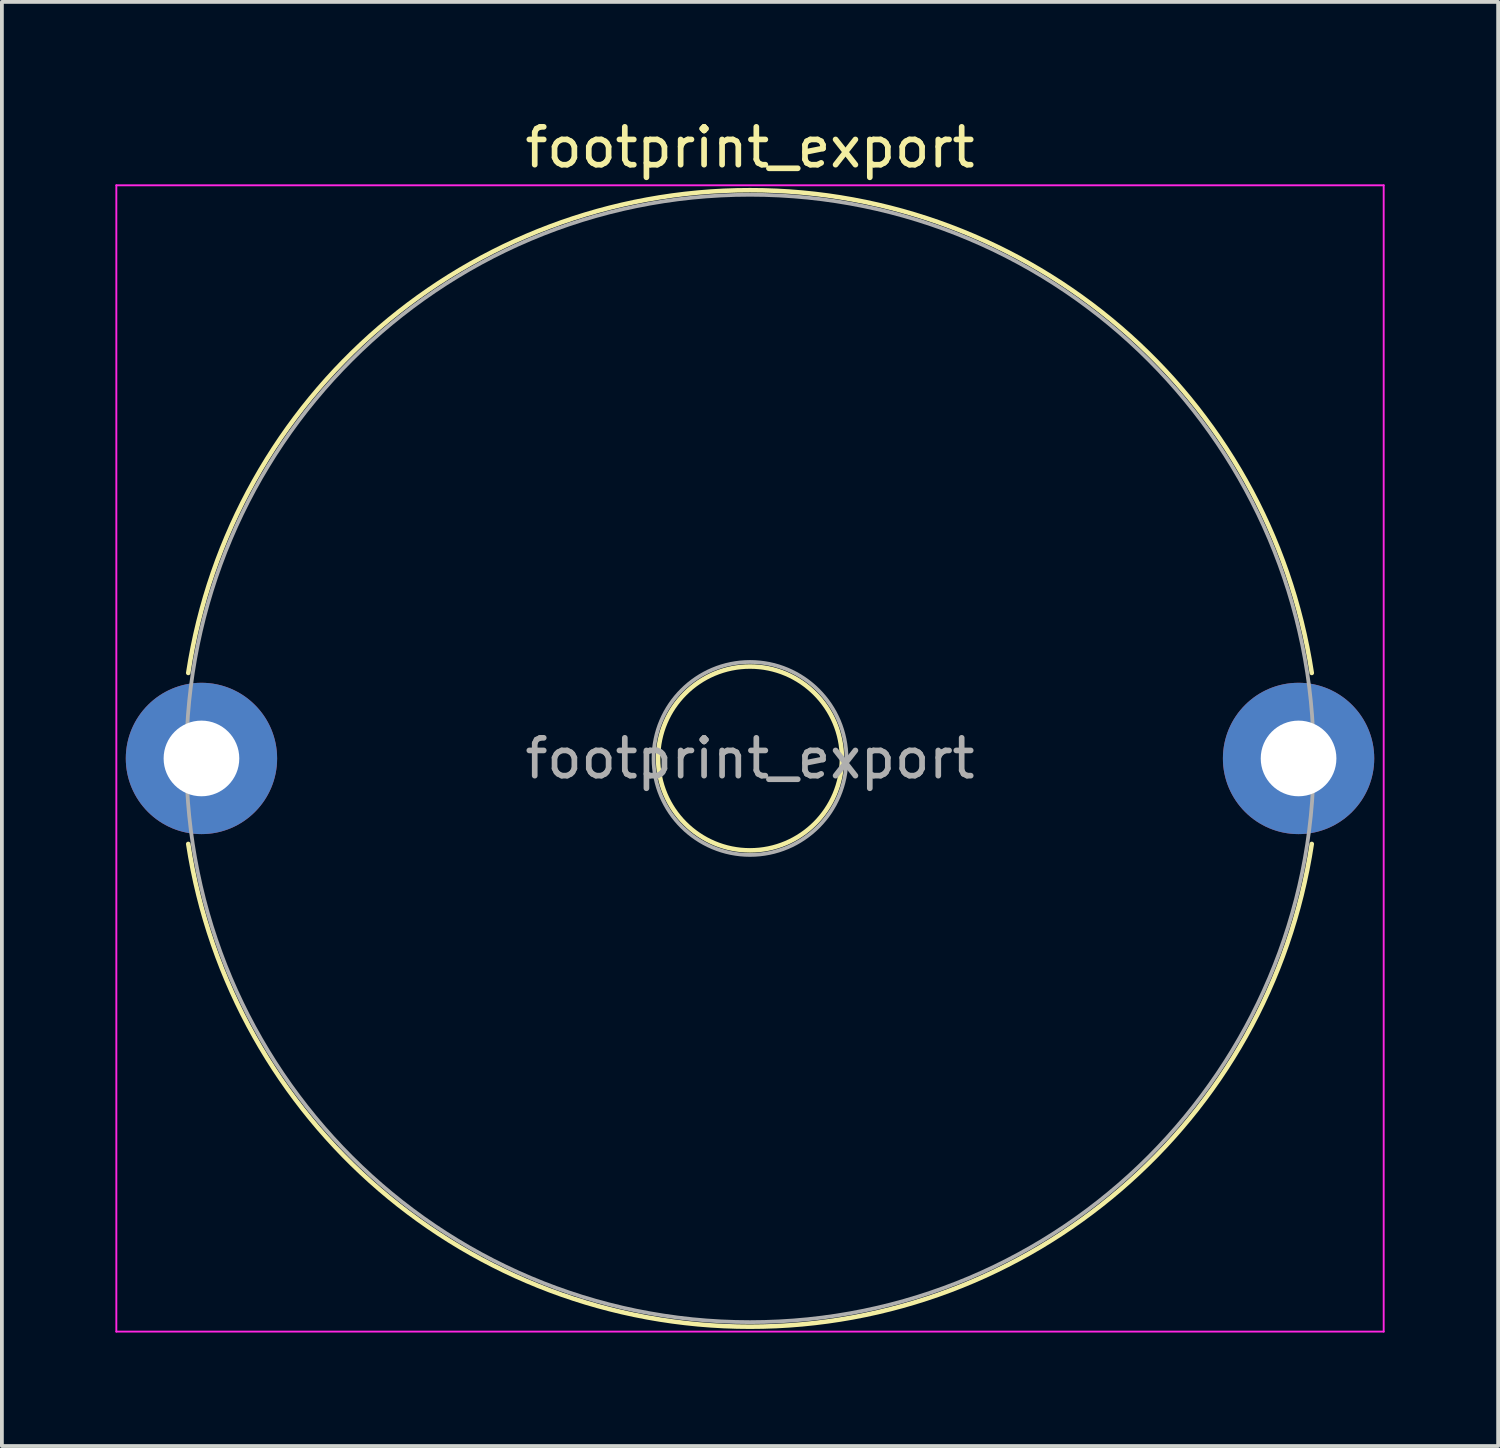
<source format=kicad_pcb>
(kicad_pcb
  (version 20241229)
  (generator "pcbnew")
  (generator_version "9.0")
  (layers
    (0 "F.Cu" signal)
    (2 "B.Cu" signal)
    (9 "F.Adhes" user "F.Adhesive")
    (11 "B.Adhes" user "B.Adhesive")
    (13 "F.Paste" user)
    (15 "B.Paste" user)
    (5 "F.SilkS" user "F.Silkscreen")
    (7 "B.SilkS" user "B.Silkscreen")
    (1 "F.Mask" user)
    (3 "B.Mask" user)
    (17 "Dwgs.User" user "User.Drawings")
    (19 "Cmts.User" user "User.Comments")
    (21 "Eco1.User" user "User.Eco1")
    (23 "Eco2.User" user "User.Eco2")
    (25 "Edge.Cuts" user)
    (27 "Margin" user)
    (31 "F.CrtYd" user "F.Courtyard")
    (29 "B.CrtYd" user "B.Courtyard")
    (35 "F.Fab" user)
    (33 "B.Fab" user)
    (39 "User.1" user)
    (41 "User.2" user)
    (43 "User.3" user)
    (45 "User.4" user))
  (footprint "footprint_export"
    (layer "F.Cu")
    (at 2.275 16.998)
    (property "Reference" "footprint_export" (at 14.5 -16.15 0) (layer "F.SilkS") (effects (font (size 1 1) (thickness 0.15))))
    (attr through_hole)
    (fp_arc (start -0.349 -2.26) (mid 14.5 -15.02) (end 29.349 -2.26) (stroke (width 0.12) (type solid)) (layer "F.SilkS"))
    (fp_arc (start 29.349 2.26) (mid 14.5 15.02) (end -0.349 2.26) (stroke (width 0.12) (type solid)) (layer "F.SilkS"))
    (fp_circle (center 14.5 0) (end 16.93 0) (stroke (width 0.12) (type solid)) (fill no) (layer "F.SilkS"))
    (fp_line (start -2.25 -15.15) (end -2.25 15.15) (stroke (width 0.05) (type solid)) (layer "F.CrtYd"))
    (fp_line (start -2.25 15.15) (end 31.25 15.15) (stroke (width 0.05) (type solid)) (layer "F.CrtYd"))
    (fp_line (start 31.25 -15.15) (end -2.25 -15.15) (stroke (width 0.05) (type solid)) (layer "F.CrtYd"))
    (fp_line (start 31.25 15.15) (end 31.25 -15.15) (stroke (width 0.05) (type solid)) (layer "F.CrtYd"))
    (fp_circle (center 14.5 0) (end 17.05 0) (stroke (width 0.1) (type solid)) (fill no) (layer "F.Fab"))
    (fp_circle (center 14.5 0) (end 29.4 0) (stroke (width 0.1) (type solid)) (fill no) (layer "F.Fab"))
    (fp_text user "${REFERENCE}" (at 14.5 0 0) (layer "F.Fab") (effects (font (size 1 1) (thickness 0.15))))
    (pad "1" thru_hole circle (at 0 0) (size 4 4) (drill 2) (layers "*.Cu" "*.Mask"))
    (pad "2" thru_hole circle (at 29 0) (size 4 4) (drill 2) (layers "*.Cu" "*.Mask")))
  (gr_rect
    (start -3 -3)
    (end 36.55 35.173)
    (stroke (width 0.1) (type default))
    (fill no)
    (layer "Edge.Cuts")))
</source>
